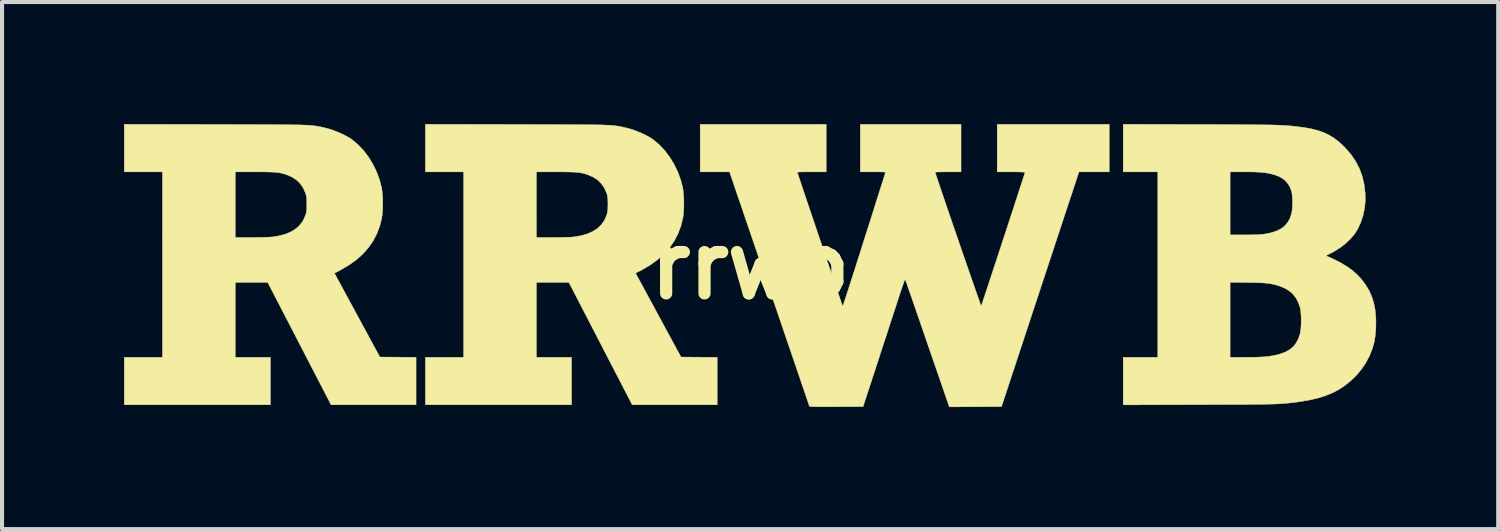
<source format=kicad_pcb>
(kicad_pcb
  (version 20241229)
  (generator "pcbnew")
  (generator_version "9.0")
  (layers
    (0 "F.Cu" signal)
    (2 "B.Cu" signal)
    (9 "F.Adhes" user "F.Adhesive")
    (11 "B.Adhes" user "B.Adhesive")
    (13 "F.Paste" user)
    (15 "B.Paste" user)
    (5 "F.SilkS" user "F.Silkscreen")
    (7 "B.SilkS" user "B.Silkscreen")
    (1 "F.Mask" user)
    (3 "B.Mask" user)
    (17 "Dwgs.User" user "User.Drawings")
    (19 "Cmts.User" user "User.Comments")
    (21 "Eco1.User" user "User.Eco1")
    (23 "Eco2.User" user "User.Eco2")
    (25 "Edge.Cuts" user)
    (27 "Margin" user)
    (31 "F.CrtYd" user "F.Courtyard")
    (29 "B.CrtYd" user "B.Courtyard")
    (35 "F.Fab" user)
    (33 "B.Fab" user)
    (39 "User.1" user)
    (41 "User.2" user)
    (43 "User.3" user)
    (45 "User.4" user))
  (footprint "rrwb"
    (layer "F.Cu")
    (at 15.397 3.474)
    (property "Reference" "rrwb" (at 0 0 0) (layer "F.SilkS") (effects (font (size 1.524 1.524) (thickness 0.3))))
    (attr through_hole)
    (fp_poly (pts (xy -13.154 -3.464) (xy -12.87 -3.463) (xy -12.609 -3.462) (xy -12.372 -3.462) (xy -12.156 -3.461) (xy -11.961 -3.461) (xy -11.785 -3.46) (xy -11.628 -3.459) (xy -11.487 -3.458) (xy -11.362 -3.457) (xy -11.251 -3.456) (xy -11.153 -3.454) (xy -11.068 -3.453) (xy -10.993 -3.45) (xy -10.927 -3.448) (xy -10.871 -3.445) (xy -10.821 -3.442) (xy -10.777 -3.438) (xy -10.737 -3.434) (xy -10.702 -3.429) (xy -10.668 -3.424) (xy -10.635 -3.419) (xy -10.603 -3.412) (xy -10.568 -3.406) (xy -10.531 -3.398) (xy -10.522 -3.396) (xy -10.385 -3.363) (xy -10.244 -3.317) (xy -10.105 -3.262) (xy -9.974 -3.201) (xy -9.857 -3.135) (xy -9.788 -3.089) (xy -9.641 -2.966) (xy -9.506 -2.822) (xy -9.384 -2.661) (xy -9.277 -2.485) (xy -9.186 -2.297) (xy -9.114 -2.1) (xy -9.066 -1.918) (xy -9.052 -1.831) (xy -9.043 -1.727) (xy -9.037 -1.611) (xy -9.036 -1.492) (xy -9.039 -1.375) (xy -9.046 -1.268) (xy -9.058 -1.179) (xy -9.059 -1.171) (xy -9.109 -0.968) (xy -9.181 -0.777) (xy -9.274 -0.599) (xy -9.388 -0.434) (xy -9.525 -0.28) (xy -9.683 -0.138) (xy -9.865 -0.008) (xy -10.069 0.112) (xy -10.1 0.128) (xy -10.224 0.192) (xy -10.161 0.309) (xy -10.145 0.338) (xy -10.118 0.388) (xy -10.081 0.456) (xy -10.035 0.541) (xy -9.982 0.64) (xy -9.921 0.752) (xy -9.855 0.875) (xy -9.783 1.006) (xy -9.709 1.144) (xy -9.631 1.287) (xy -9.603 1.34) (xy -9.107 2.254) (xy -8.217 2.261) (xy -8.217 3.429) (xy -10.307 3.429) (xy -11.865 0.419) (xy -12.662 0.419) (xy -12.662 2.261) (xy -11.798 2.261) (xy -11.798 3.429) (xy -15.392 3.429) (xy -15.392 2.261) (xy -14.453 2.261) (xy -14.453 -2.299) (xy -12.662 -2.299) (xy -12.662 -0.686) (xy -12.259 -0.686) (xy -12.154 -0.686) (xy -12.051 -0.688) (xy -11.955 -0.69) (xy -11.871 -0.692) (xy -11.802 -0.695) (xy -11.753 -0.699) (xy -11.741 -0.7) (xy -11.566 -0.73) (xy -11.411 -0.774) (xy -11.277 -0.833) (xy -11.163 -0.907) (xy -11.069 -0.996) (xy -10.995 -1.099) (xy -10.941 -1.218) (xy -10.937 -1.231) (xy -10.923 -1.274) (xy -10.914 -1.313) (xy -10.909 -1.355) (xy -10.906 -1.407) (xy -10.905 -1.475) (xy -10.904 -1.505) (xy -10.905 -1.579) (xy -10.907 -1.634) (xy -10.911 -1.677) (xy -10.918 -1.715) (xy -10.929 -1.753) (xy -10.939 -1.783) (xy -10.993 -1.905) (xy -11.066 -2.01) (xy -11.157 -2.099) (xy -11.267 -2.171) (xy -11.397 -2.227) (xy -11.406 -2.23) (xy -11.457 -2.247) (xy -11.507 -2.261) (xy -11.558 -2.272) (xy -11.612 -2.281) (xy -11.673 -2.287) (xy -11.745 -2.292) (xy -11.829 -2.295) (xy -11.93 -2.297) (xy -12.051 -2.298) (xy -12.187 -2.299) (xy -12.662 -2.299) (xy -14.453 -2.299) (xy -15.392 -2.299) (xy -15.392 -3.468) (xy -13.154 -3.464)) (stroke (width 0.01) (type solid)) (fill yes) (layer "F.SilkS"))
    (fp_poly (pts (xy -5.75 -3.464) (xy -5.465 -3.463) (xy -5.205 -3.462) (xy -4.968 -3.462) (xy -4.752 -3.461) (xy -4.557 -3.461) (xy -4.381 -3.46) (xy -4.224 -3.459) (xy -4.083 -3.458) (xy -3.957 -3.457) (xy -3.847 -3.456) (xy -3.749 -3.454) (xy -3.663 -3.453) (xy -3.589 -3.45) (xy -3.523 -3.448) (xy -3.466 -3.445) (xy -3.417 -3.442) (xy -3.373 -3.438) (xy -3.333 -3.434) (xy -3.297 -3.429) (xy -3.264 -3.424) (xy -3.231 -3.419) (xy -3.198 -3.412) (xy -3.164 -3.406) (xy -3.127 -3.398) (xy -3.118 -3.396) (xy -2.981 -3.363) (xy -2.84 -3.317) (xy -2.701 -3.262) (xy -2.57 -3.201) (xy -2.453 -3.135) (xy -2.384 -3.089) (xy -2.237 -2.966) (xy -2.102 -2.822) (xy -1.98 -2.661) (xy -1.873 -2.485) (xy -1.782 -2.297) (xy -1.71 -2.1) (xy -1.662 -1.918) (xy -1.648 -1.831) (xy -1.639 -1.727) (xy -1.633 -1.611) (xy -1.632 -1.492) (xy -1.635 -1.375) (xy -1.642 -1.268) (xy -1.654 -1.179) (xy -1.655 -1.171) (xy -1.705 -0.968) (xy -1.777 -0.777) (xy -1.869 -0.599) (xy -1.984 -0.434) (xy -2.12 -0.28) (xy -2.279 -0.138) (xy -2.46 -0.008) (xy -2.664 0.112) (xy -2.696 0.128) (xy -2.82 0.192) (xy -2.757 0.309) (xy -2.741 0.338) (xy -2.714 0.388) (xy -2.677 0.456) (xy -2.631 0.541) (xy -2.577 0.64) (xy -2.517 0.752) (xy -2.45 0.875) (xy -2.379 1.006) (xy -2.305 1.144) (xy -2.227 1.287) (xy -2.199 1.34) (xy -1.703 2.254) (xy -0.813 2.261) (xy -0.813 3.429) (xy -2.903 3.429) (xy -4.46 0.419) (xy -5.258 0.419) (xy -5.258 2.261) (xy -4.394 2.261) (xy -4.394 3.429) (xy -7.988 3.429) (xy -7.988 2.261) (xy -7.048 2.261) (xy -7.048 -2.299) (xy -5.258 -2.299) (xy -5.258 -0.686) (xy -4.855 -0.686) (xy -4.749 -0.686) (xy -4.647 -0.688) (xy -4.551 -0.69) (xy -4.467 -0.692) (xy -4.398 -0.695) (xy -4.349 -0.699) (xy -4.337 -0.7) (xy -4.162 -0.73) (xy -4.007 -0.774) (xy -3.873 -0.833) (xy -3.759 -0.907) (xy -3.665 -0.996) (xy -3.591 -1.099) (xy -3.537 -1.218) (xy -3.533 -1.231) (xy -3.519 -1.274) (xy -3.51 -1.313) (xy -3.505 -1.355) (xy -3.502 -1.407) (xy -3.5 -1.475) (xy -3.5 -1.505) (xy -3.501 -1.579) (xy -3.503 -1.634) (xy -3.507 -1.677) (xy -3.514 -1.715) (xy -3.525 -1.753) (xy -3.535 -1.783) (xy -3.589 -1.905) (xy -3.662 -2.01) (xy -3.753 -2.099) (xy -3.863 -2.171) (xy -3.993 -2.227) (xy -4.002 -2.23) (xy -4.053 -2.247) (xy -4.103 -2.261) (xy -4.153 -2.272) (xy -4.208 -2.281) (xy -4.269 -2.287) (xy -4.341 -2.292) (xy -4.425 -2.295) (xy -4.526 -2.297) (xy -4.647 -2.298) (xy -4.783 -2.299) (xy -5.258 -2.299) (xy -7.048 -2.299) (xy -7.988 -2.299) (xy -7.988 -3.468) (xy -5.75 -3.464)) (stroke (width 0.01) (type solid)) (fill yes) (layer "F.SilkS"))
    (fp_poly (pts (xy 11.052 -3.463) (xy 11.317 -3.463) (xy 11.559 -3.462) (xy 11.777 -3.461) (xy 11.975 -3.46) (xy 12.153 -3.459) (xy 12.313 -3.458) (xy 12.456 -3.457) (xy 12.583 -3.455) (xy 12.697 -3.454) (xy 12.798 -3.452) (xy 12.888 -3.45) (xy 12.969 -3.447) (xy 13.041 -3.444) (xy 13.106 -3.441) (xy 13.167 -3.437) (xy 13.223 -3.433) (xy 13.277 -3.429) (xy 13.33 -3.424) (xy 13.383 -3.418) (xy 13.438 -3.412) (xy 13.462 -3.409) (xy 13.654 -3.383) (xy 13.825 -3.35) (xy 13.977 -3.309) (xy 14.115 -3.259) (xy 14.241 -3.198) (xy 14.359 -3.124) (xy 14.473 -3.037) (xy 14.585 -2.934) (xy 14.632 -2.885) (xy 14.77 -2.726) (xy 14.884 -2.559) (xy 14.976 -2.383) (xy 15.045 -2.196) (xy 15.092 -1.997) (xy 15.118 -1.784) (xy 15.12 -1.759) (xy 15.121 -1.576) (xy 15.102 -1.394) (xy 15.065 -1.217) (xy 15.009 -1.05) (xy 14.937 -0.896) (xy 14.864 -0.778) (xy 14.765 -0.659) (xy 14.645 -0.544) (xy 14.508 -0.437) (xy 14.356 -0.342) (xy 14.275 -0.298) (xy 14.154 -0.238) (xy 14.199 -0.218) (xy 14.381 -0.134) (xy 14.541 -0.05) (xy 14.681 0.036) (xy 14.804 0.124) (xy 14.911 0.218) (xy 15.006 0.318) (xy 15.017 0.33) (xy 15.125 0.472) (xy 15.213 0.616) (xy 15.281 0.767) (xy 15.331 0.928) (xy 15.365 1.101) (xy 15.382 1.291) (xy 15.384 1.422) (xy 15.379 1.6) (xy 15.363 1.76) (xy 15.336 1.908) (xy 15.295 2.049) (xy 15.24 2.19) (xy 15.214 2.247) (xy 15.134 2.398) (xy 15.043 2.535) (xy 14.937 2.666) (xy 14.879 2.728) (xy 14.749 2.852) (xy 14.612 2.961) (xy 14.467 3.056) (xy 14.31 3.138) (xy 14.139 3.207) (xy 13.953 3.265) (xy 13.748 3.312) (xy 13.522 3.351) (xy 13.418 3.365) (xy 13.358 3.372) (xy 13.302 3.379) (xy 13.248 3.385) (xy 13.194 3.39) (xy 13.14 3.395) (xy 13.083 3.399) (xy 13.022 3.403) (xy 12.956 3.407) (xy 12.883 3.41) (xy 12.802 3.412) (xy 12.711 3.414) (xy 12.609 3.416) (xy 12.495 3.418) (xy 12.366 3.419) (xy 12.222 3.42) (xy 12.061 3.422) (xy 11.882 3.422) (xy 11.683 3.423) (xy 11.462 3.424) (xy 11.218 3.425) (xy 11.014 3.425) (xy 9.169 3.431) (xy 9.169 2.261) (xy 10.02 2.261) (xy 11.798 2.261) (xy 12.176 2.261) (xy 12.345 2.26) (xy 12.489 2.256) (xy 12.607 2.251) (xy 12.7 2.243) (xy 12.713 2.242) (xy 12.882 2.216) (xy 13.029 2.179) (xy 13.156 2.132) (xy 13.262 2.072) (xy 13.35 1.999) (xy 13.42 1.912) (xy 13.475 1.81) (xy 13.515 1.693) (xy 13.521 1.667) (xy 13.533 1.599) (xy 13.541 1.515) (xy 13.545 1.419) (xy 13.545 1.321) (xy 13.542 1.225) (xy 13.536 1.138) (xy 13.525 1.068) (xy 13.521 1.048) (xy 13.475 0.912) (xy 13.413 0.796) (xy 13.334 0.698) (xy 13.237 0.617) (xy 13.12 0.552) (xy 13.016 0.511) (xy 12.951 0.49) (xy 12.892 0.473) (xy 12.834 0.46) (xy 12.774 0.449) (xy 12.708 0.441) (xy 12.634 0.434) (xy 12.547 0.43) (xy 12.444 0.426) (xy 12.321 0.424) (xy 12.233 0.422) (xy 11.798 0.417) (xy 11.798 2.261) (xy 10.02 2.261) (xy 10.02 -2.299) (xy 11.798 -2.299) (xy 11.798 -0.749) (xy 12.157 -0.749) (xy 12.293 -0.75) (xy 12.406 -0.752) (xy 12.499 -0.756) (xy 12.574 -0.761) (xy 12.635 -0.767) (xy 12.643 -0.769) (xy 12.797 -0.799) (xy 12.93 -0.841) (xy 13.042 -0.896) (xy 13.134 -0.964) (xy 13.208 -1.047) (xy 13.264 -1.144) (xy 13.304 -1.259) (xy 13.318 -1.321) (xy 13.326 -1.387) (xy 13.331 -1.467) (xy 13.333 -1.554) (xy 13.33 -1.641) (xy 13.324 -1.722) (xy 13.315 -1.789) (xy 13.306 -1.83) (xy 13.26 -1.941) (xy 13.199 -2.034) (xy 13.123 -2.11) (xy 13.028 -2.171) (xy 12.913 -2.219) (xy 12.835 -2.241) (xy 12.763 -2.258) (xy 12.689 -2.272) (xy 12.611 -2.282) (xy 12.524 -2.289) (xy 12.425 -2.295) (xy 12.309 -2.298) (xy 12.173 -2.299) (xy 12.135 -2.299) (xy 11.798 -2.299) (xy 10.02 -2.299) (xy 9.169 -2.299) (xy 9.169 -3.469) (xy 11.052 -3.463)) (stroke (width 0.01) (type solid)) (fill yes) (layer "F.SilkS"))
    (fp_poly (pts (xy 1.867 -2.299) (xy 1.511 -2.299) (xy 1.419 -2.298) (xy 1.336 -2.298) (xy 1.265 -2.297) (xy 1.209 -2.295) (xy 1.172 -2.293) (xy 1.156 -2.292) (xy 1.156 -2.291) (xy 1.16 -2.278) (xy 1.171 -2.243) (xy 1.19 -2.186) (xy 1.215 -2.111) (xy 1.246 -2.019) (xy 1.282 -1.911) (xy 1.323 -1.789) (xy 1.368 -1.654) (xy 1.417 -1.51) (xy 1.469 -1.356) (xy 1.523 -1.195) (xy 1.58 -1.029) (xy 1.637 -0.859) (xy 1.695 -0.687) (xy 1.754 -0.514) (xy 1.812 -0.343) (xy 1.869 -0.174) (xy 1.925 -0.011) (xy 1.978 0.147) (xy 2.029 0.296) (xy 2.076 0.436) (xy 2.12 0.565) (xy 2.16 0.68) (xy 2.194 0.781) (xy 2.223 0.865) (xy 2.246 0.931) (xy 2.262 0.977) (xy 2.27 1.002) (xy 2.272 1.006) (xy 2.277 0.995) (xy 2.289 0.961) (xy 2.307 0.906) (xy 2.332 0.831) (xy 2.363 0.737) (xy 2.399 0.626) (xy 2.44 0.499) (xy 2.486 0.357) (xy 2.536 0.202) (xy 2.589 0.036) (xy 2.645 -0.141) (xy 2.705 -0.327) (xy 2.766 -0.521) (xy 2.799 -0.626) (xy 2.862 -0.824) (xy 2.923 -1.015) (xy 2.981 -1.198) (xy 3.036 -1.371) (xy 3.087 -1.534) (xy 3.135 -1.685) (xy 3.178 -1.822) (xy 3.217 -1.944) (xy 3.251 -2.049) (xy 3.278 -2.137) (xy 3.3 -2.205) (xy 3.315 -2.253) (xy 3.323 -2.279) (xy 3.325 -2.283) (xy 3.321 -2.288) (xy 3.305 -2.292) (xy 3.274 -2.295) (xy 3.226 -2.297) (xy 3.158 -2.298) (xy 3.069 -2.299) (xy 3.018 -2.299) (xy 2.705 -2.299) (xy 2.705 -3.467) (xy 5.182 -3.467) (xy 5.182 -2.299) (xy 4.864 -2.299) (xy 4.777 -2.298) (xy 4.7 -2.297) (xy 4.634 -2.296) (xy 4.585 -2.294) (xy 4.554 -2.291) (xy 4.546 -2.289) (xy 4.55 -2.274) (xy 4.562 -2.238) (xy 4.581 -2.18) (xy 4.606 -2.104) (xy 4.637 -2.011) (xy 4.674 -1.903) (xy 4.715 -1.781) (xy 4.761 -1.647) (xy 4.81 -1.502) (xy 4.862 -1.349) (xy 4.917 -1.189) (xy 4.974 -1.023) (xy 5.032 -0.854) (xy 5.091 -0.683) (xy 5.15 -0.511) (xy 5.209 -0.34) (xy 5.267 -0.173) (xy 5.323 -0.01) (xy 5.377 0.146) (xy 5.429 0.295) (xy 5.477 0.434) (xy 5.522 0.561) (xy 5.562 0.676) (xy 5.597 0.776) (xy 5.627 0.86) (xy 5.65 0.925) (xy 5.667 0.971) (xy 5.677 0.996) (xy 5.679 1) (xy 5.684 0.986) (xy 5.696 0.949) (xy 5.715 0.892) (xy 5.74 0.816) (xy 5.771 0.723) (xy 5.807 0.614) (xy 5.848 0.491) (xy 5.892 0.357) (xy 5.94 0.211) (xy 5.991 0.057) (xy 6.044 -0.104) (xy 6.099 -0.271) (xy 6.155 -0.441) (xy 6.211 -0.614) (xy 6.268 -0.786) (xy 6.324 -0.958) (xy 6.379 -1.126) (xy 6.432 -1.289) (xy 6.484 -1.446) (xy 6.532 -1.595) (xy 6.577 -1.734) (xy 6.619 -1.861) (xy 6.656 -1.975) (xy 6.688 -2.073) (xy 6.715 -2.156) (xy 6.735 -2.22) (xy 6.749 -2.263) (xy 6.756 -2.285) (xy 6.756 -2.287) (xy 6.744 -2.29) (xy 6.71 -2.293) (xy 6.656 -2.295) (xy 6.587 -2.297) (xy 6.505 -2.298) (xy 6.413 -2.299) (xy 6.071 -2.299) (xy 6.071 -3.467) (xy 8.826 -3.467) (xy 8.826 -2.299) (xy 8.454 -2.299) (xy 8.082 -2.299) (xy 7.882 -1.692) (xy 7.856 -1.616) (xy 7.824 -1.517) (xy 7.784 -1.397) (xy 7.738 -1.258) (xy 7.686 -1.102) (xy 7.63 -0.929) (xy 7.568 -0.742) (xy 7.502 -0.543) (xy 7.433 -0.332) (xy 7.36 -0.112) (xy 7.285 0.116) (xy 7.207 0.35) (xy 7.129 0.589) (xy 7.049 0.831) (xy 6.969 1.074) (xy 6.929 1.194) (xy 6.178 3.473) (xy 5.536 3.477) (xy 4.894 3.48) (xy 4.356 1.921) (xy 4.29 1.729) (xy 4.226 1.544) (xy 4.165 1.367) (xy 4.107 1.199) (xy 4.053 1.042) (xy 4.003 0.897) (xy 3.957 0.765) (xy 3.917 0.649) (xy 3.882 0.55) (xy 3.854 0.468) (xy 3.832 0.406) (xy 3.817 0.365) (xy 3.81 0.345) (xy 3.81 0.344) (xy 3.804 0.351) (xy 3.791 0.381) (xy 3.772 0.43) (xy 3.747 0.499) (xy 3.718 0.584) (xy 3.684 0.685) (xy 3.669 0.732) (xy 3.645 0.804) (xy 3.615 0.898) (xy 3.578 1.012) (xy 3.535 1.141) (xy 3.488 1.286) (xy 3.437 1.441) (xy 3.384 1.606) (xy 3.328 1.778) (xy 3.27 1.954) (xy 3.212 2.131) (xy 3.156 2.305) (xy 2.774 3.473) (xy 2.117 3.477) (xy 1.965 3.477) (xy 1.837 3.478) (xy 1.73 3.477) (xy 1.644 3.477) (xy 1.577 3.476) (xy 1.526 3.474) (xy 1.49 3.472) (xy 1.467 3.469) (xy 1.456 3.466) (xy 1.454 3.464) (xy 1.45 3.451) (xy 1.437 3.414) (xy 1.417 3.356) (xy 1.39 3.277) (xy 1.357 3.178) (xy 1.317 3.06) (xy 1.27 2.925) (xy 1.219 2.773) (xy 1.162 2.606) (xy 1.1 2.424) (xy 1.033 2.228) (xy 0.962 2.02) (xy 0.887 1.801) (xy 0.809 1.571) (xy 0.728 1.333) (xy 0.644 1.086) (xy 0.557 0.832) (xy 0.488 0.629) (xy 0.4 0.369) (xy 0.313 0.116) (xy 0.229 -0.13) (xy 0.148 -0.369) (xy 0.07 -0.598) (xy -0.005 -0.816) (xy -0.075 -1.024) (xy -0.142 -1.218) (xy -0.203 -1.4) (xy -0.26 -1.567) (xy -0.312 -1.718) (xy -0.358 -1.852) (xy -0.397 -1.968) (xy -0.43 -2.066) (xy -0.457 -2.143) (xy -0.476 -2.2) (xy -0.488 -2.234) (xy -0.492 -2.245) (xy -0.51 -2.299) (xy -1.232 -2.299) (xy -1.232 -3.467) (xy 1.867 -3.467) (xy 1.867 -2.299)) (stroke (width 0.01) (type solid)) (fill yes) (layer "F.SilkS")))
  (gr_rect
    (start -3 -3)
    (end 33.787 9.959)
    (stroke (width 0.1) (type default))
    (fill no)
    (layer "Edge.Cuts")))
</source>
